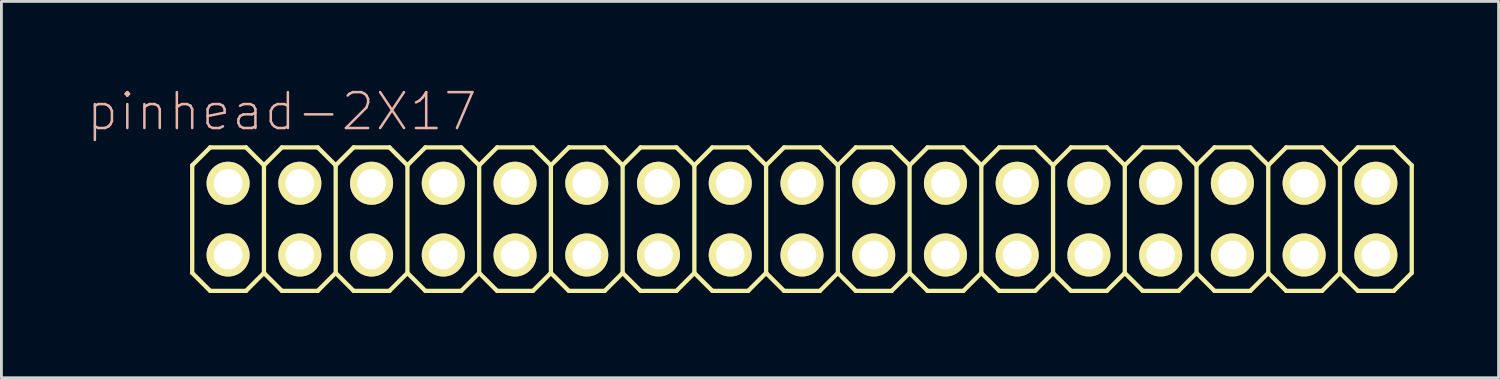
<source format=kicad_pcb>
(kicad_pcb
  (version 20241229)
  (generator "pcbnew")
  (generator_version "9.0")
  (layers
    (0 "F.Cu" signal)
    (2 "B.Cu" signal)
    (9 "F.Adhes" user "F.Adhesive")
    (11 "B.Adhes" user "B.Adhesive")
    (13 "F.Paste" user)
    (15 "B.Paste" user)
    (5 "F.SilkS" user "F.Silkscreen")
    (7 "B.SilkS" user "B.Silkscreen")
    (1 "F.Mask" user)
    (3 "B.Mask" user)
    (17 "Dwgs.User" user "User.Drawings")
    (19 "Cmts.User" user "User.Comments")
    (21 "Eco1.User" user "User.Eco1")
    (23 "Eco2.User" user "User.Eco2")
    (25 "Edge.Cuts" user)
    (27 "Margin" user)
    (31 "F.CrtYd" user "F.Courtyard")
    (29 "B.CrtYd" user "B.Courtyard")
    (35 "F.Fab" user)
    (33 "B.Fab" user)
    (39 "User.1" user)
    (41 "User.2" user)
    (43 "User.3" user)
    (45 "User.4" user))
  (footprint "pinhead-2X17"
    (layer "F.Cu")
    (at 25.346 4.709)
    (property "Reference" "pinhead-2X17" (at -18.415 -3.81 0) (layer "B.SilkS") (effects (font (size 1.27 1.27) (thickness 0.089))))
    (attr exclude_from_pos_files exclude_from_bom)
    (fp_line (start -21.59 -1.905) (end -20.955 -2.54) (stroke (width 0.152) (type solid)) (layer "F.SilkS"))
    (fp_line (start -21.59 1.905) (end -21.59 -1.905) (stroke (width 0.152) (type solid)) (layer "F.SilkS"))
    (fp_line (start -21.59 1.905) (end -20.955 2.54) (stroke (width 0.152) (type solid)) (layer "F.SilkS"))
    (fp_line (start -20.955 -2.54) (end -19.685 -2.54) (stroke (width 0.152) (type solid)) (layer "F.SilkS"))
    (fp_line (start -20.955 2.54) (end -19.685 2.54) (stroke (width 0.152) (type solid)) (layer "F.SilkS"))
    (fp_line (start -20.574 -1.524) (end -20.066 -1.524) (stroke (width 0.066) (type solid)) (layer "F.SilkS"))
    (fp_line (start -20.574 -1.016) (end -20.574 -1.524) (stroke (width 0.066) (type solid)) (layer "F.SilkS"))
    (fp_line (start -20.574 -1.016) (end -20.066 -1.016) (stroke (width 0.066) (type solid)) (layer "F.SilkS"))
    (fp_line (start -20.574 1.016) (end -20.066 1.016) (stroke (width 0.066) (type solid)) (layer "F.SilkS"))
    (fp_line (start -20.574 1.524) (end -20.574 1.016) (stroke (width 0.066) (type solid)) (layer "F.SilkS"))
    (fp_line (start -20.574 1.524) (end -20.066 1.524) (stroke (width 0.066) (type solid)) (layer "F.SilkS"))
    (fp_line (start -20.066 -1.016) (end -20.066 -1.524) (stroke (width 0.066) (type solid)) (layer "F.SilkS"))
    (fp_line (start -20.066 1.524) (end -20.066 1.016) (stroke (width 0.066) (type solid)) (layer "F.SilkS"))
    (fp_line (start -19.685 -2.54) (end -19.05 -1.905) (stroke (width 0.152) (type solid)) (layer "F.SilkS"))
    (fp_line (start -19.685 2.54) (end -19.05 1.905) (stroke (width 0.152) (type solid)) (layer "F.SilkS"))
    (fp_line (start -19.05 -1.905) (end -19.05 1.905) (stroke (width 0.152) (type solid)) (layer "F.SilkS"))
    (fp_line (start -19.05 -1.905) (end -18.415 -2.54) (stroke (width 0.152) (type solid)) (layer "F.SilkS"))
    (fp_line (start -19.05 1.905) (end -18.415 2.54) (stroke (width 0.152) (type solid)) (layer "F.SilkS"))
    (fp_line (start -18.415 -2.54) (end -17.145 -2.54) (stroke (width 0.152) (type solid)) (layer "F.SilkS"))
    (fp_line (start -18.415 2.54) (end -17.145 2.54) (stroke (width 0.152) (type solid)) (layer "F.SilkS"))
    (fp_line (start -18.034 -1.524) (end -17.523 -1.524) (stroke (width 0.066) (type solid)) (layer "F.SilkS"))
    (fp_line (start -18.034 -1.016) (end -18.034 -1.524) (stroke (width 0.066) (type solid)) (layer "F.SilkS"))
    (fp_line (start -18.034 -1.016) (end -17.523 -1.016) (stroke (width 0.066) (type solid)) (layer "F.SilkS"))
    (fp_line (start -18.034 1.016) (end -17.523 1.016) (stroke (width 0.066) (type solid)) (layer "F.SilkS"))
    (fp_line (start -18.034 1.524) (end -18.034 1.016) (stroke (width 0.066) (type solid)) (layer "F.SilkS"))
    (fp_line (start -18.034 1.524) (end -17.523 1.524) (stroke (width 0.066) (type solid)) (layer "F.SilkS"))
    (fp_line (start -17.523 -1.016) (end -17.523 -1.524) (stroke (width 0.066) (type solid)) (layer "F.SilkS"))
    (fp_line (start -17.523 1.524) (end -17.523 1.016) (stroke (width 0.066) (type solid)) (layer "F.SilkS"))
    (fp_line (start -17.145 -2.54) (end -16.51 -1.905) (stroke (width 0.152) (type solid)) (layer "F.SilkS"))
    (fp_line (start -17.145 2.54) (end -16.51 1.905) (stroke (width 0.152) (type solid)) (layer "F.SilkS"))
    (fp_line (start -16.51 -1.905) (end -16.51 1.905) (stroke (width 0.152) (type solid)) (layer "F.SilkS"))
    (fp_line (start -16.51 -1.905) (end -15.875 -2.54) (stroke (width 0.152) (type solid)) (layer "F.SilkS"))
    (fp_line (start -16.51 1.905) (end -15.875 2.54) (stroke (width 0.152) (type solid)) (layer "F.SilkS"))
    (fp_line (start -15.875 -2.54) (end -14.605 -2.54) (stroke (width 0.152) (type solid)) (layer "F.SilkS"))
    (fp_line (start -15.875 2.54) (end -14.605 2.54) (stroke (width 0.152) (type solid)) (layer "F.SilkS"))
    (fp_line (start -15.494 -1.524) (end -14.986 -1.524) (stroke (width 0.066) (type solid)) (layer "F.SilkS"))
    (fp_line (start -15.494 -1.016) (end -15.494 -1.524) (stroke (width 0.066) (type solid)) (layer "F.SilkS"))
    (fp_line (start -15.494 -1.016) (end -14.986 -1.016) (stroke (width 0.066) (type solid)) (layer "F.SilkS"))
    (fp_line (start -15.494 1.016) (end -14.986 1.016) (stroke (width 0.066) (type solid)) (layer "F.SilkS"))
    (fp_line (start -15.494 1.524) (end -15.494 1.016) (stroke (width 0.066) (type solid)) (layer "F.SilkS"))
    (fp_line (start -15.494 1.524) (end -14.986 1.524) (stroke (width 0.066) (type solid)) (layer "F.SilkS"))
    (fp_line (start -14.986 -1.016) (end -14.986 -1.524) (stroke (width 0.066) (type solid)) (layer "F.SilkS"))
    (fp_line (start -14.986 1.524) (end -14.986 1.016) (stroke (width 0.066) (type solid)) (layer "F.SilkS"))
    (fp_line (start -14.605 -2.54) (end -13.97 -1.905) (stroke (width 0.152) (type solid)) (layer "F.SilkS"))
    (fp_line (start -14.605 2.54) (end -13.97 1.905) (stroke (width 0.152) (type solid)) (layer "F.SilkS"))
    (fp_line (start -13.97 -1.905) (end -13.97 1.905) (stroke (width 0.152) (type solid)) (layer "F.SilkS"))
    (fp_line (start -13.97 -1.905) (end -13.335 -2.54) (stroke (width 0.152) (type solid)) (layer "F.SilkS"))
    (fp_line (start -13.97 1.905) (end -13.335 2.54) (stroke (width 0.152) (type solid)) (layer "F.SilkS"))
    (fp_line (start -13.335 -2.54) (end -12.065 -2.54) (stroke (width 0.152) (type solid)) (layer "F.SilkS"))
    (fp_line (start -13.335 2.54) (end -12.065 2.54) (stroke (width 0.152) (type solid)) (layer "F.SilkS"))
    (fp_line (start -12.954 -1.524) (end -12.446 -1.524) (stroke (width 0.066) (type solid)) (layer "F.SilkS"))
    (fp_line (start -12.954 -1.016) (end -12.954 -1.524) (stroke (width 0.066) (type solid)) (layer "F.SilkS"))
    (fp_line (start -12.954 -1.016) (end -12.446 -1.016) (stroke (width 0.066) (type solid)) (layer "F.SilkS"))
    (fp_line (start -12.954 1.016) (end -12.446 1.016) (stroke (width 0.066) (type solid)) (layer "F.SilkS"))
    (fp_line (start -12.954 1.524) (end -12.954 1.016) (stroke (width 0.066) (type solid)) (layer "F.SilkS"))
    (fp_line (start -12.954 1.524) (end -12.446 1.524) (stroke (width 0.066) (type solid)) (layer "F.SilkS"))
    (fp_line (start -12.446 -1.016) (end -12.446 -1.524) (stroke (width 0.066) (type solid)) (layer "F.SilkS"))
    (fp_line (start -12.446 1.524) (end -12.446 1.016) (stroke (width 0.066) (type solid)) (layer "F.SilkS"))
    (fp_line (start -12.065 -2.54) (end -11.43 -1.905) (stroke (width 0.152) (type solid)) (layer "F.SilkS"))
    (fp_line (start -12.065 2.54) (end -11.43 1.905) (stroke (width 0.152) (type solid)) (layer "F.SilkS"))
    (fp_line (start -11.43 -1.905) (end -11.43 1.905) (stroke (width 0.152) (type solid)) (layer "F.SilkS"))
    (fp_line (start -11.43 -1.905) (end -10.795 -2.54) (stroke (width 0.152) (type solid)) (layer "F.SilkS"))
    (fp_line (start -11.43 1.905) (end -10.795 2.54) (stroke (width 0.152) (type solid)) (layer "F.SilkS"))
    (fp_line (start -10.795 -2.54) (end -9.525 -2.54) (stroke (width 0.152) (type solid)) (layer "F.SilkS"))
    (fp_line (start -10.795 2.54) (end -9.525 2.54) (stroke (width 0.152) (type solid)) (layer "F.SilkS"))
    (fp_line (start -10.414 -1.524) (end -9.906 -1.524) (stroke (width 0.066) (type solid)) (layer "F.SilkS"))
    (fp_line (start -10.414 -1.016) (end -10.414 -1.524) (stroke (width 0.066) (type solid)) (layer "F.SilkS"))
    (fp_line (start -10.414 -1.016) (end -9.906 -1.016) (stroke (width 0.066) (type solid)) (layer "F.SilkS"))
    (fp_line (start -10.414 1.016) (end -9.906 1.016) (stroke (width 0.066) (type solid)) (layer "F.SilkS"))
    (fp_line (start -10.414 1.524) (end -10.414 1.016) (stroke (width 0.066) (type solid)) (layer "F.SilkS"))
    (fp_line (start -10.414 1.524) (end -9.906 1.524) (stroke (width 0.066) (type solid)) (layer "F.SilkS"))
    (fp_line (start -9.906 -1.016) (end -9.906 -1.524) (stroke (width 0.066) (type solid)) (layer "F.SilkS"))
    (fp_line (start -9.906 1.524) (end -9.906 1.016) (stroke (width 0.066) (type solid)) (layer "F.SilkS"))
    (fp_line (start -9.525 -2.54) (end -8.89 -1.905) (stroke (width 0.152) (type solid)) (layer "F.SilkS"))
    (fp_line (start -9.525 2.54) (end -8.89 1.905) (stroke (width 0.152) (type solid)) (layer "F.SilkS"))
    (fp_line (start -8.89 -1.905) (end -8.89 1.905) (stroke (width 0.152) (type solid)) (layer "F.SilkS"))
    (fp_line (start -8.89 -1.905) (end -8.255 -2.54) (stroke (width 0.152) (type solid)) (layer "F.SilkS"))
    (fp_line (start -8.89 1.905) (end -8.255 2.54) (stroke (width 0.152) (type solid)) (layer "F.SilkS"))
    (fp_line (start -8.255 -2.54) (end -6.985 -2.54) (stroke (width 0.152) (type solid)) (layer "F.SilkS"))
    (fp_line (start -8.255 2.54) (end -6.985 2.54) (stroke (width 0.152) (type solid)) (layer "F.SilkS"))
    (fp_line (start -7.874 -1.524) (end -7.366 -1.524) (stroke (width 0.066) (type solid)) (layer "F.SilkS"))
    (fp_line (start -7.874 -1.016) (end -7.874 -1.524) (stroke (width 0.066) (type solid)) (layer "F.SilkS"))
    (fp_line (start -7.874 -1.016) (end -7.366 -1.016) (stroke (width 0.066) (type solid)) (layer "F.SilkS"))
    (fp_line (start -7.874 1.016) (end -7.366 1.016) (stroke (width 0.066) (type solid)) (layer "F.SilkS"))
    (fp_line (start -7.874 1.524) (end -7.874 1.016) (stroke (width 0.066) (type solid)) (layer "F.SilkS"))
    (fp_line (start -7.874 1.524) (end -7.366 1.524) (stroke (width 0.066) (type solid)) (layer "F.SilkS"))
    (fp_line (start -7.366 -1.016) (end -7.366 -1.524) (stroke (width 0.066) (type solid)) (layer "F.SilkS"))
    (fp_line (start -7.366 1.524) (end -7.366 1.016) (stroke (width 0.066) (type solid)) (layer "F.SilkS"))
    (fp_line (start -6.985 -2.54) (end -6.35 -1.905) (stroke (width 0.152) (type solid)) (layer "F.SilkS"))
    (fp_line (start -6.985 2.54) (end -6.35 1.905) (stroke (width 0.152) (type solid)) (layer "F.SilkS"))
    (fp_line (start -6.35 -1.905) (end -6.35 1.905) (stroke (width 0.152) (type solid)) (layer "F.SilkS"))
    (fp_line (start -6.35 -1.905) (end -5.715 -2.54) (stroke (width 0.152) (type solid)) (layer "F.SilkS"))
    (fp_line (start -6.35 1.905) (end -5.715 2.54) (stroke (width 0.152) (type solid)) (layer "F.SilkS"))
    (fp_line (start -5.715 -2.54) (end -4.445 -2.54) (stroke (width 0.152) (type solid)) (layer "F.SilkS"))
    (fp_line (start -5.334 -1.524) (end -4.826 -1.524) (stroke (width 0.066) (type solid)) (layer "F.SilkS"))
    (fp_line (start -5.334 -1.016) (end -5.334 -1.524) (stroke (width 0.066) (type solid)) (layer "F.SilkS"))
    (fp_line (start -5.334 -1.016) (end -4.826 -1.016) (stroke (width 0.066) (type solid)) (layer "F.SilkS"))
    (fp_line (start -5.334 1.016) (end -4.826 1.016) (stroke (width 0.066) (type solid)) (layer "F.SilkS"))
    (fp_line (start -5.334 1.524) (end -5.334 1.016) (stroke (width 0.066) (type solid)) (layer "F.SilkS"))
    (fp_line (start -5.334 1.524) (end -4.826 1.524) (stroke (width 0.066) (type solid)) (layer "F.SilkS"))
    (fp_line (start -4.826 -1.016) (end -4.826 -1.524) (stroke (width 0.066) (type solid)) (layer "F.SilkS"))
    (fp_line (start -4.826 1.524) (end -4.826 1.016) (stroke (width 0.066) (type solid)) (layer "F.SilkS"))
    (fp_line (start -4.445 -2.54) (end -3.81 -1.905) (stroke (width 0.152) (type solid)) (layer "F.SilkS"))
    (fp_line (start -4.445 2.54) (end -5.715 2.54) (stroke (width 0.152) (type solid)) (layer "F.SilkS"))
    (fp_line (start -3.81 -1.905) (end -3.81 1.905) (stroke (width 0.152) (type solid)) (layer "F.SilkS"))
    (fp_line (start -3.81 -1.905) (end -3.175 -2.54) (stroke (width 0.152) (type solid)) (layer "F.SilkS"))
    (fp_line (start -3.81 1.905) (end -4.445 2.54) (stroke (width 0.152) (type solid)) (layer "F.SilkS"))
    (fp_line (start -3.81 1.905) (end -3.175 2.54) (stroke (width 0.152) (type solid)) (layer "F.SilkS"))
    (fp_line (start -3.175 -2.54) (end -1.905 -2.54) (stroke (width 0.152) (type solid)) (layer "F.SilkS"))
    (fp_line (start -2.794 -1.524) (end -2.286 -1.524) (stroke (width 0.066) (type solid)) (layer "F.SilkS"))
    (fp_line (start -2.794 -1.016) (end -2.794 -1.524) (stroke (width 0.066) (type solid)) (layer "F.SilkS"))
    (fp_line (start -2.794 -1.016) (end -2.286 -1.016) (stroke (width 0.066) (type solid)) (layer "F.SilkS"))
    (fp_line (start -2.794 1.016) (end -2.286 1.016) (stroke (width 0.066) (type solid)) (layer "F.SilkS"))
    (fp_line (start -2.794 1.524) (end -2.794 1.016) (stroke (width 0.066) (type solid)) (layer "F.SilkS"))
    (fp_line (start -2.794 1.524) (end -2.286 1.524) (stroke (width 0.066) (type solid)) (layer "F.SilkS"))
    (fp_line (start -2.286 -1.016) (end -2.286 -1.524) (stroke (width 0.066) (type solid)) (layer "F.SilkS"))
    (fp_line (start -2.286 1.524) (end -2.286 1.016) (stroke (width 0.066) (type solid)) (layer "F.SilkS"))
    (fp_line (start -1.905 -2.54) (end -1.27 -1.905) (stroke (width 0.152) (type solid)) (layer "F.SilkS"))
    (fp_line (start -1.905 2.54) (end -3.175 2.54) (stroke (width 0.152) (type solid)) (layer "F.SilkS"))
    (fp_line (start -1.27 -1.905) (end -1.27 1.905) (stroke (width 0.152) (type solid)) (layer "F.SilkS"))
    (fp_line (start -1.27 -1.905) (end -0.635 -2.54) (stroke (width 0.152) (type solid)) (layer "F.SilkS"))
    (fp_line (start -1.27 1.905) (end -1.905 2.54) (stroke (width 0.152) (type solid)) (layer "F.SilkS"))
    (fp_line (start -1.27 1.905) (end -0.635 2.54) (stroke (width 0.152) (type solid)) (layer "F.SilkS"))
    (fp_line (start -0.635 -2.54) (end 0.635 -2.54) (stroke (width 0.152) (type solid)) (layer "F.SilkS"))
    (fp_line (start -0.254 -1.524) (end 0.254 -1.524) (stroke (width 0.066) (type solid)) (layer "F.SilkS"))
    (fp_line (start -0.254 -1.016) (end -0.254 -1.524) (stroke (width 0.066) (type solid)) (layer "F.SilkS"))
    (fp_line (start -0.254 -1.016) (end 0.254 -1.016) (stroke (width 0.066) (type solid)) (layer "F.SilkS"))
    (fp_line (start -0.254 1.016) (end 0.254 1.016) (stroke (width 0.066) (type solid)) (layer "F.SilkS"))
    (fp_line (start -0.254 1.524) (end -0.254 1.016) (stroke (width 0.066) (type solid)) (layer "F.SilkS"))
    (fp_line (start -0.254 1.524) (end 0.254 1.524) (stroke (width 0.066) (type solid)) (layer "F.SilkS"))
    (fp_line (start 0.254 -1.016) (end 0.254 -1.524) (stroke (width 0.066) (type solid)) (layer "F.SilkS"))
    (fp_line (start 0.254 1.524) (end 0.254 1.016) (stroke (width 0.066) (type solid)) (layer "F.SilkS"))
    (fp_line (start 0.635 -2.54) (end 1.27 -1.905) (stroke (width 0.152) (type solid)) (layer "F.SilkS"))
    (fp_line (start 0.635 2.54) (end -0.635 2.54) (stroke (width 0.152) (type solid)) (layer "F.SilkS"))
    (fp_line (start 1.27 -1.905) (end 1.27 1.905) (stroke (width 0.152) (type solid)) (layer "F.SilkS"))
    (fp_line (start 1.27 -1.905) (end 1.905 -2.54) (stroke (width 0.152) (type solid)) (layer "F.SilkS"))
    (fp_line (start 1.27 1.905) (end 0.635 2.54) (stroke (width 0.152) (type solid)) (layer "F.SilkS"))
    (fp_line (start 1.27 1.905) (end 1.905 2.54) (stroke (width 0.152) (type solid)) (layer "F.SilkS"))
    (fp_line (start 1.905 -2.54) (end 3.175 -2.54) (stroke (width 0.152) (type solid)) (layer "F.SilkS"))
    (fp_line (start 2.286 -1.524) (end 2.794 -1.524) (stroke (width 0.066) (type solid)) (layer "F.SilkS"))
    (fp_line (start 2.286 -1.016) (end 2.286 -1.524) (stroke (width 0.066) (type solid)) (layer "F.SilkS"))
    (fp_line (start 2.286 -1.016) (end 2.794 -1.016) (stroke (width 0.066) (type solid)) (layer "F.SilkS"))
    (fp_line (start 2.286 1.016) (end 2.794 1.016) (stroke (width 0.066) (type solid)) (layer "F.SilkS"))
    (fp_line (start 2.286 1.524) (end 2.286 1.016) (stroke (width 0.066) (type solid)) (layer "F.SilkS"))
    (fp_line (start 2.286 1.524) (end 2.794 1.524) (stroke (width 0.066) (type solid)) (layer "F.SilkS"))
    (fp_line (start 2.794 -1.016) (end 2.794 -1.524) (stroke (width 0.066) (type solid)) (layer "F.SilkS"))
    (fp_line (start 2.794 1.524) (end 2.794 1.016) (stroke (width 0.066) (type solid)) (layer "F.SilkS"))
    (fp_line (start 3.175 -2.54) (end 3.81 -1.905) (stroke (width 0.152) (type solid)) (layer "F.SilkS"))
    (fp_line (start 3.175 2.54) (end 1.905 2.54) (stroke (width 0.152) (type solid)) (layer "F.SilkS"))
    (fp_line (start 3.81 -1.905) (end 3.81 1.905) (stroke (width 0.152) (type solid)) (layer "F.SilkS"))
    (fp_line (start 3.81 -1.905) (end 4.445 -2.54) (stroke (width 0.152) (type solid)) (layer "F.SilkS"))
    (fp_line (start 3.81 1.905) (end 3.175 2.54) (stroke (width 0.152) (type solid)) (layer "F.SilkS"))
    (fp_line (start 3.81 1.905) (end 4.445 2.54) (stroke (width 0.152) (type solid)) (layer "F.SilkS"))
    (fp_line (start 4.445 -2.54) (end 5.715 -2.54) (stroke (width 0.152) (type solid)) (layer "F.SilkS"))
    (fp_line (start 4.826 -1.524) (end 5.334 -1.524) (stroke (width 0.066) (type solid)) (layer "F.SilkS"))
    (fp_line (start 4.826 -1.016) (end 4.826 -1.524) (stroke (width 0.066) (type solid)) (layer "F.SilkS"))
    (fp_line (start 4.826 -1.016) (end 5.334 -1.016) (stroke (width 0.066) (type solid)) (layer "F.SilkS"))
    (fp_line (start 4.826 1.016) (end 5.334 1.016) (stroke (width 0.066) (type solid)) (layer "F.SilkS"))
    (fp_line (start 4.826 1.524) (end 4.826 1.016) (stroke (width 0.066) (type solid)) (layer "F.SilkS"))
    (fp_line (start 4.826 1.524) (end 5.334 1.524) (stroke (width 0.066) (type solid)) (layer "F.SilkS"))
    (fp_line (start 5.334 -1.016) (end 5.334 -1.524) (stroke (width 0.066) (type solid)) (layer "F.SilkS"))
    (fp_line (start 5.334 1.524) (end 5.334 1.016) (stroke (width 0.066) (type solid)) (layer "F.SilkS"))
    (fp_line (start 5.715 -2.54) (end 6.35 -1.905) (stroke (width 0.152) (type solid)) (layer "F.SilkS"))
    (fp_line (start 5.715 2.54) (end 4.445 2.54) (stroke (width 0.152) (type solid)) (layer "F.SilkS"))
    (fp_line (start 6.35 -1.905) (end 6.35 1.905) (stroke (width 0.152) (type solid)) (layer "F.SilkS"))
    (fp_line (start 6.35 -1.905) (end 6.985 -2.54) (stroke (width 0.152) (type solid)) (layer "F.SilkS"))
    (fp_line (start 6.35 1.905) (end 5.715 2.54) (stroke (width 0.152) (type solid)) (layer "F.SilkS"))
    (fp_line (start 6.35 1.905) (end 6.985 2.54) (stroke (width 0.152) (type solid)) (layer "F.SilkS"))
    (fp_line (start 6.985 -2.54) (end 8.255 -2.54) (stroke (width 0.152) (type solid)) (layer "F.SilkS"))
    (fp_line (start 7.366 -1.524) (end 7.874 -1.524) (stroke (width 0.066) (type solid)) (layer "F.SilkS"))
    (fp_line (start 7.366 -1.016) (end 7.366 -1.524) (stroke (width 0.066) (type solid)) (layer "F.SilkS"))
    (fp_line (start 7.366 -1.016) (end 7.874 -1.016) (stroke (width 0.066) (type solid)) (layer "F.SilkS"))
    (fp_line (start 7.366 1.016) (end 7.874 1.016) (stroke (width 0.066) (type solid)) (layer "F.SilkS"))
    (fp_line (start 7.366 1.524) (end 7.366 1.016) (stroke (width 0.066) (type solid)) (layer "F.SilkS"))
    (fp_line (start 7.366 1.524) (end 7.874 1.524) (stroke (width 0.066) (type solid)) (layer "F.SilkS"))
    (fp_line (start 7.874 -1.016) (end 7.874 -1.524) (stroke (width 0.066) (type solid)) (layer "F.SilkS"))
    (fp_line (start 7.874 1.524) (end 7.874 1.016) (stroke (width 0.066) (type solid)) (layer "F.SilkS"))
    (fp_line (start 8.255 2.54) (end 6.985 2.54) (stroke (width 0.152) (type solid)) (layer "F.SilkS"))
    (fp_line (start 8.89 -1.905) (end 8.255 -2.54) (stroke (width 0.152) (type solid)) (layer "F.SilkS"))
    (fp_line (start 8.89 -1.905) (end 8.89 1.905) (stroke (width 0.152) (type solid)) (layer "F.SilkS"))
    (fp_line (start 8.89 -1.905) (end 9.525 -2.54) (stroke (width 0.152) (type solid)) (layer "F.SilkS"))
    (fp_line (start 8.89 1.905) (end 8.255 2.54) (stroke (width 0.152) (type solid)) (layer "F.SilkS"))
    (fp_line (start 8.89 1.905) (end 9.525 2.54) (stroke (width 0.152) (type solid)) (layer "F.SilkS"))
    (fp_line (start 9.906 -1.524) (end 10.414 -1.524) (stroke (width 0.066) (type solid)) (layer "F.SilkS"))
    (fp_line (start 9.906 -1.016) (end 9.906 -1.524) (stroke (width 0.066) (type solid)) (layer "F.SilkS"))
    (fp_line (start 9.906 -1.016) (end 10.414 -1.016) (stroke (width 0.066) (type solid)) (layer "F.SilkS"))
    (fp_line (start 9.906 1.016) (end 10.414 1.016) (stroke (width 0.066) (type solid)) (layer "F.SilkS"))
    (fp_line (start 9.906 1.524) (end 9.906 1.016) (stroke (width 0.066) (type solid)) (layer "F.SilkS"))
    (fp_line (start 9.906 1.524) (end 10.414 1.524) (stroke (width 0.066) (type solid)) (layer "F.SilkS"))
    (fp_line (start 10.414 -1.016) (end 10.414 -1.524) (stroke (width 0.066) (type solid)) (layer "F.SilkS"))
    (fp_line (start 10.414 1.524) (end 10.414 1.016) (stroke (width 0.066) (type solid)) (layer "F.SilkS"))
    (fp_line (start 10.795 -2.54) (end 9.525 -2.54) (stroke (width 0.152) (type solid)) (layer "F.SilkS"))
    (fp_line (start 10.795 -2.54) (end 11.43 -1.905) (stroke (width 0.152) (type solid)) (layer "F.SilkS"))
    (fp_line (start 10.795 2.54) (end 9.525 2.54) (stroke (width 0.152) (type solid)) (layer "F.SilkS"))
    (fp_line (start 11.43 -1.905) (end 11.43 1.905) (stroke (width 0.152) (type solid)) (layer "F.SilkS"))
    (fp_line (start 11.43 -1.905) (end 12.065 -2.54) (stroke (width 0.152) (type solid)) (layer "F.SilkS"))
    (fp_line (start 11.43 1.905) (end 10.795 2.54) (stroke (width 0.152) (type solid)) (layer "F.SilkS"))
    (fp_line (start 11.43 1.905) (end 12.065 2.54) (stroke (width 0.152) (type solid)) (layer "F.SilkS"))
    (fp_line (start 12.446 -1.524) (end 12.954 -1.524) (stroke (width 0.066) (type solid)) (layer "F.SilkS"))
    (fp_line (start 12.446 -1.016) (end 12.446 -1.524) (stroke (width 0.066) (type solid)) (layer "F.SilkS"))
    (fp_line (start 12.446 -1.016) (end 12.954 -1.016) (stroke (width 0.066) (type solid)) (layer "F.SilkS"))
    (fp_line (start 12.446 1.016) (end 12.954 1.016) (stroke (width 0.066) (type solid)) (layer "F.SilkS"))
    (fp_line (start 12.446 1.524) (end 12.446 1.016) (stroke (width 0.066) (type solid)) (layer "F.SilkS"))
    (fp_line (start 12.446 1.524) (end 12.954 1.524) (stroke (width 0.066) (type solid)) (layer "F.SilkS"))
    (fp_line (start 12.954 -1.016) (end 12.954 -1.524) (stroke (width 0.066) (type solid)) (layer "F.SilkS"))
    (fp_line (start 12.954 1.524) (end 12.954 1.016) (stroke (width 0.066) (type solid)) (layer "F.SilkS"))
    (fp_line (start 13.335 -2.54) (end 12.065 -2.54) (stroke (width 0.152) (type solid)) (layer "F.SilkS"))
    (fp_line (start 13.335 -2.54) (end 13.97 -1.905) (stroke (width 0.152) (type solid)) (layer "F.SilkS"))
    (fp_line (start 13.335 2.54) (end 12.065 2.54) (stroke (width 0.152) (type solid)) (layer "F.SilkS"))
    (fp_line (start 13.97 -1.905) (end 13.97 1.905) (stroke (width 0.152) (type solid)) (layer "F.SilkS"))
    (fp_line (start 13.97 -1.905) (end 14.605 -2.54) (stroke (width 0.152) (type solid)) (layer "F.SilkS"))
    (fp_line (start 13.97 1.905) (end 13.335 2.54) (stroke (width 0.152) (type solid)) (layer "F.SilkS"))
    (fp_line (start 14.605 2.54) (end 13.97 1.905) (stroke (width 0.152) (type solid)) (layer "F.SilkS"))
    (fp_line (start 14.605 2.54) (end 15.875 2.54) (stroke (width 0.152) (type solid)) (layer "F.SilkS"))
    (fp_line (start 14.986 -1.524) (end 15.494 -1.524) (stroke (width 0.066) (type solid)) (layer "F.SilkS"))
    (fp_line (start 14.986 -1.016) (end 14.986 -1.524) (stroke (width 0.066) (type solid)) (layer "F.SilkS"))
    (fp_line (start 14.986 -1.016) (end 15.494 -1.016) (stroke (width 0.066) (type solid)) (layer "F.SilkS"))
    (fp_line (start 14.986 1.016) (end 15.494 1.016) (stroke (width 0.066) (type solid)) (layer "F.SilkS"))
    (fp_line (start 14.986 1.524) (end 14.986 1.016) (stroke (width 0.066) (type solid)) (layer "F.SilkS"))
    (fp_line (start 14.986 1.524) (end 15.494 1.524) (stroke (width 0.066) (type solid)) (layer "F.SilkS"))
    (fp_line (start 15.494 -1.016) (end 15.494 -1.524) (stroke (width 0.066) (type solid)) (layer "F.SilkS"))
    (fp_line (start 15.494 1.524) (end 15.494 1.016) (stroke (width 0.066) (type solid)) (layer "F.SilkS"))
    (fp_line (start 15.875 -2.54) (end 14.605 -2.54) (stroke (width 0.152) (type solid)) (layer "F.SilkS"))
    (fp_line (start 15.875 -2.54) (end 16.51 -1.905) (stroke (width 0.152) (type solid)) (layer "F.SilkS"))
    (fp_line (start 16.51 -1.905) (end 16.51 1.905) (stroke (width 0.152) (type solid)) (layer "F.SilkS"))
    (fp_line (start 16.51 -1.905) (end 17.145 -2.54) (stroke (width 0.152) (type solid)) (layer "F.SilkS"))
    (fp_line (start 16.51 1.905) (end 15.875 2.54) (stroke (width 0.152) (type solid)) (layer "F.SilkS"))
    (fp_line (start 17.145 2.54) (end 16.51 1.905) (stroke (width 0.152) (type solid)) (layer "F.SilkS"))
    (fp_line (start 17.145 2.54) (end 18.415 2.54) (stroke (width 0.152) (type solid)) (layer "F.SilkS"))
    (fp_line (start 17.523 -1.524) (end 18.034 -1.524) (stroke (width 0.066) (type solid)) (layer "F.SilkS"))
    (fp_line (start 17.523 -1.016) (end 17.523 -1.524) (stroke (width 0.066) (type solid)) (layer "F.SilkS"))
    (fp_line (start 17.523 -1.016) (end 18.034 -1.016) (stroke (width 0.066) (type solid)) (layer "F.SilkS"))
    (fp_line (start 17.523 1.016) (end 18.034 1.016) (stroke (width 0.066) (type solid)) (layer "F.SilkS"))
    (fp_line (start 17.523 1.524) (end 17.523 1.016) (stroke (width 0.066) (type solid)) (layer "F.SilkS"))
    (fp_line (start 17.523 1.524) (end 18.034 1.524) (stroke (width 0.066) (type solid)) (layer "F.SilkS"))
    (fp_line (start 18.034 -1.016) (end 18.034 -1.524) (stroke (width 0.066) (type solid)) (layer "F.SilkS"))
    (fp_line (start 18.034 1.524) (end 18.034 1.016) (stroke (width 0.066) (type solid)) (layer "F.SilkS"))
    (fp_line (start 18.415 -2.54) (end 17.145 -2.54) (stroke (width 0.152) (type solid)) (layer "F.SilkS"))
    (fp_line (start 18.415 -2.54) (end 19.05 -1.905) (stroke (width 0.152) (type solid)) (layer "F.SilkS"))
    (fp_line (start 19.05 -1.905) (end 19.05 1.905) (stroke (width 0.152) (type solid)) (layer "F.SilkS"))
    (fp_line (start 19.05 -1.905) (end 19.685 -2.54) (stroke (width 0.152) (type solid)) (layer "F.SilkS"))
    (fp_line (start 19.05 1.905) (end 18.415 2.54) (stroke (width 0.152) (type solid)) (layer "F.SilkS"))
    (fp_line (start 19.05 1.905) (end 19.685 2.54) (stroke (width 0.152) (type solid)) (layer "F.SilkS"))
    (fp_line (start 20.066 -1.524) (end 20.574 -1.524) (stroke (width 0.066) (type solid)) (layer "F.SilkS"))
    (fp_line (start 20.066 -1.016) (end 20.066 -1.524) (stroke (width 0.066) (type solid)) (layer "F.SilkS"))
    (fp_line (start 20.066 -1.016) (end 20.574 -1.016) (stroke (width 0.066) (type solid)) (layer "F.SilkS"))
    (fp_line (start 20.066 1.016) (end 20.574 1.016) (stroke (width 0.066) (type solid)) (layer "F.SilkS"))
    (fp_line (start 20.066 1.524) (end 20.066 1.016) (stroke (width 0.066) (type solid)) (layer "F.SilkS"))
    (fp_line (start 20.066 1.524) (end 20.574 1.524) (stroke (width 0.066) (type solid)) (layer "F.SilkS"))
    (fp_line (start 20.574 -1.016) (end 20.574 -1.524) (stroke (width 0.066) (type solid)) (layer "F.SilkS"))
    (fp_line (start 20.574 1.524) (end 20.574 1.016) (stroke (width 0.066) (type solid)) (layer "F.SilkS"))
    (fp_line (start 20.955 -2.54) (end 19.685 -2.54) (stroke (width 0.152) (type solid)) (layer "F.SilkS"))
    (fp_line (start 20.955 -2.54) (end 21.59 -1.905) (stroke (width 0.152) (type solid)) (layer "F.SilkS"))
    (fp_line (start 20.955 2.54) (end 19.685 2.54) (stroke (width 0.152) (type solid)) (layer "F.SilkS"))
    (fp_line (start 21.59 -1.905) (end 21.59 1.905) (stroke (width 0.152) (type solid)) (layer "F.SilkS"))
    (fp_line (start 21.59 1.905) (end 20.955 2.54) (stroke (width 0.152) (type solid)) (layer "F.SilkS"))
    (pad "1" thru_hole circle (at -20.32 1.27) (size 1.524 1.524) (drill 1.016) (layers "*.Cu" "F.Mask" "F.SilkS" "F.Paste"))
    (pad "2" thru_hole circle (at -20.32 -1.27) (size 1.524 1.524) (drill 1.016) (layers "*.Cu" "F.Mask" "F.SilkS" "F.Paste"))
    (pad "3" thru_hole circle (at -17.78 1.27) (size 1.524 1.524) (drill 1.016) (layers "*.Cu" "F.Mask" "F.SilkS" "F.Paste"))
    (pad "4" thru_hole circle (at -17.78 -1.27) (size 1.524 1.524) (drill 1.016) (layers "*.Cu" "F.Mask" "F.SilkS" "F.Paste"))
    (pad "5" thru_hole circle (at -15.24 1.27) (size 1.524 1.524) (drill 1.016) (layers "*.Cu" "F.Mask" "F.SilkS" "F.Paste"))
    (pad "6" thru_hole circle (at -15.24 -1.27) (size 1.524 1.524) (drill 1.016) (layers "*.Cu" "F.Mask" "F.SilkS" "F.Paste"))
    (pad "7" thru_hole circle (at -12.7 1.27) (size 1.524 1.524) (drill 1.016) (layers "*.Cu" "F.Mask" "F.SilkS" "F.Paste"))
    (pad "8" thru_hole circle (at -12.7 -1.27) (size 1.524 1.524) (drill 1.016) (layers "*.Cu" "F.Mask" "F.SilkS" "F.Paste"))
    (pad "9" thru_hole circle (at -10.16 1.27) (size 1.524 1.524) (drill 1.016) (layers "*.Cu" "F.Mask" "F.SilkS" "F.Paste"))
    (pad "10" thru_hole circle (at -10.16 -1.27) (size 1.524 1.524) (drill 1.016) (layers "*.Cu" "F.Mask" "F.SilkS" "F.Paste"))
    (pad "11" thru_hole circle (at -7.62 1.27) (size 1.524 1.524) (drill 1.016) (layers "*.Cu" "F.Mask" "F.SilkS" "F.Paste"))
    (pad "12" thru_hole circle (at -7.62 -1.27) (size 1.524 1.524) (drill 1.016) (layers "*.Cu" "F.Mask" "F.SilkS" "F.Paste"))
    (pad "13" thru_hole circle (at -5.08 1.27) (size 1.524 1.524) (drill 1.016) (layers "*.Cu" "F.Mask" "F.SilkS" "F.Paste"))
    (pad "14" thru_hole circle (at -5.08 -1.27) (size 1.524 1.524) (drill 1.016) (layers "*.Cu" "F.Mask" "F.SilkS" "F.Paste"))
    (pad "15" thru_hole circle (at -2.54 1.27) (size 1.524 1.524) (drill 1.016) (layers "*.Cu" "F.Mask" "F.SilkS" "F.Paste"))
    (pad "16" thru_hole circle (at -2.54 -1.27) (size 1.524 1.524) (drill 1.016) (layers "*.Cu" "F.Mask" "F.SilkS" "F.Paste"))
    (pad "17" thru_hole circle (at 0 1.27) (size 1.524 1.524) (drill 1.016) (layers "*.Cu" "F.Mask" "F.SilkS" "F.Paste"))
    (pad "18" thru_hole circle (at 0 -1.27) (size 1.524 1.524) (drill 1.016) (layers "*.Cu" "F.Mask" "F.SilkS" "F.Paste"))
    (pad "19" thru_hole circle (at 2.54 1.27) (size 1.524 1.524) (drill 1.016) (layers "*.Cu" "F.Mask" "F.SilkS" "F.Paste"))
    (pad "20" thru_hole circle (at 2.54 -1.27) (size 1.524 1.524) (drill 1.016) (layers "*.Cu" "F.Mask" "F.SilkS" "F.Paste"))
    (pad "21" thru_hole circle (at 5.08 1.27) (size 1.524 1.524) (drill 1.016) (layers "*.Cu" "F.Mask" "F.SilkS" "F.Paste"))
    (pad "22" thru_hole circle (at 5.08 -1.27) (size 1.524 1.524) (drill 1.016) (layers "*.Cu" "F.Mask" "F.SilkS" "F.Paste"))
    (pad "23" thru_hole circle (at 7.62 1.27) (size 1.524 1.524) (drill 1.016) (layers "*.Cu" "F.Mask" "F.SilkS" "F.Paste"))
    (pad "24" thru_hole circle (at 7.62 -1.27) (size 1.524 1.524) (drill 1.016) (layers "*.Cu" "F.Mask" "F.SilkS" "F.Paste"))
    (pad "25" thru_hole circle (at 10.16 1.27) (size 1.524 1.524) (drill 1.016) (layers "*.Cu" "F.Mask" "F.SilkS" "F.Paste"))
    (pad "26" thru_hole circle (at 10.16 -1.27) (size 1.524 1.524) (drill 1.016) (layers "*.Cu" "F.Mask" "F.SilkS" "F.Paste"))
    (pad "27" thru_hole circle (at 12.7 1.27) (size 1.524 1.524) (drill 1.016) (layers "*.Cu" "F.Mask" "F.SilkS" "F.Paste"))
    (pad "28" thru_hole circle (at 12.7 -1.27) (size 1.524 1.524) (drill 1.016) (layers "*.Cu" "F.Mask" "F.SilkS" "F.Paste"))
    (pad "29" thru_hole circle (at 15.24 1.27) (size 1.524 1.524) (drill 1.016) (layers "*.Cu" "F.Mask" "F.SilkS" "F.Paste"))
    (pad "30" thru_hole circle (at 15.24 -1.27) (size 1.524 1.524) (drill 1.016) (layers "*.Cu" "F.Mask" "F.SilkS" "F.Paste"))
    (pad "31" thru_hole circle (at 17.78 1.27) (size 1.524 1.524) (drill 1.016) (layers "*.Cu" "F.Mask" "F.SilkS" "F.Paste"))
    (pad "32" thru_hole circle (at 17.78 -1.27) (size 1.524 1.524) (drill 1.016) (layers "*.Cu" "F.Mask" "F.SilkS" "F.Paste"))
    (pad "33" thru_hole circle (at 20.32 1.27) (size 1.524 1.524) (drill 1.016) (layers "*.Cu" "F.Mask" "F.SilkS" "F.Paste"))
    (pad "34" thru_hole circle (at 20.32 -1.27) (size 1.524 1.524) (drill 1.016) (layers "*.Cu" "F.Mask" "F.SilkS" "F.Paste")))
  (gr_rect
    (start -3 -3)
    (end 50.012 10.325)
    (stroke (width 0.1) (type default))
    (fill no)
    (layer "Edge.Cuts")))
</source>
